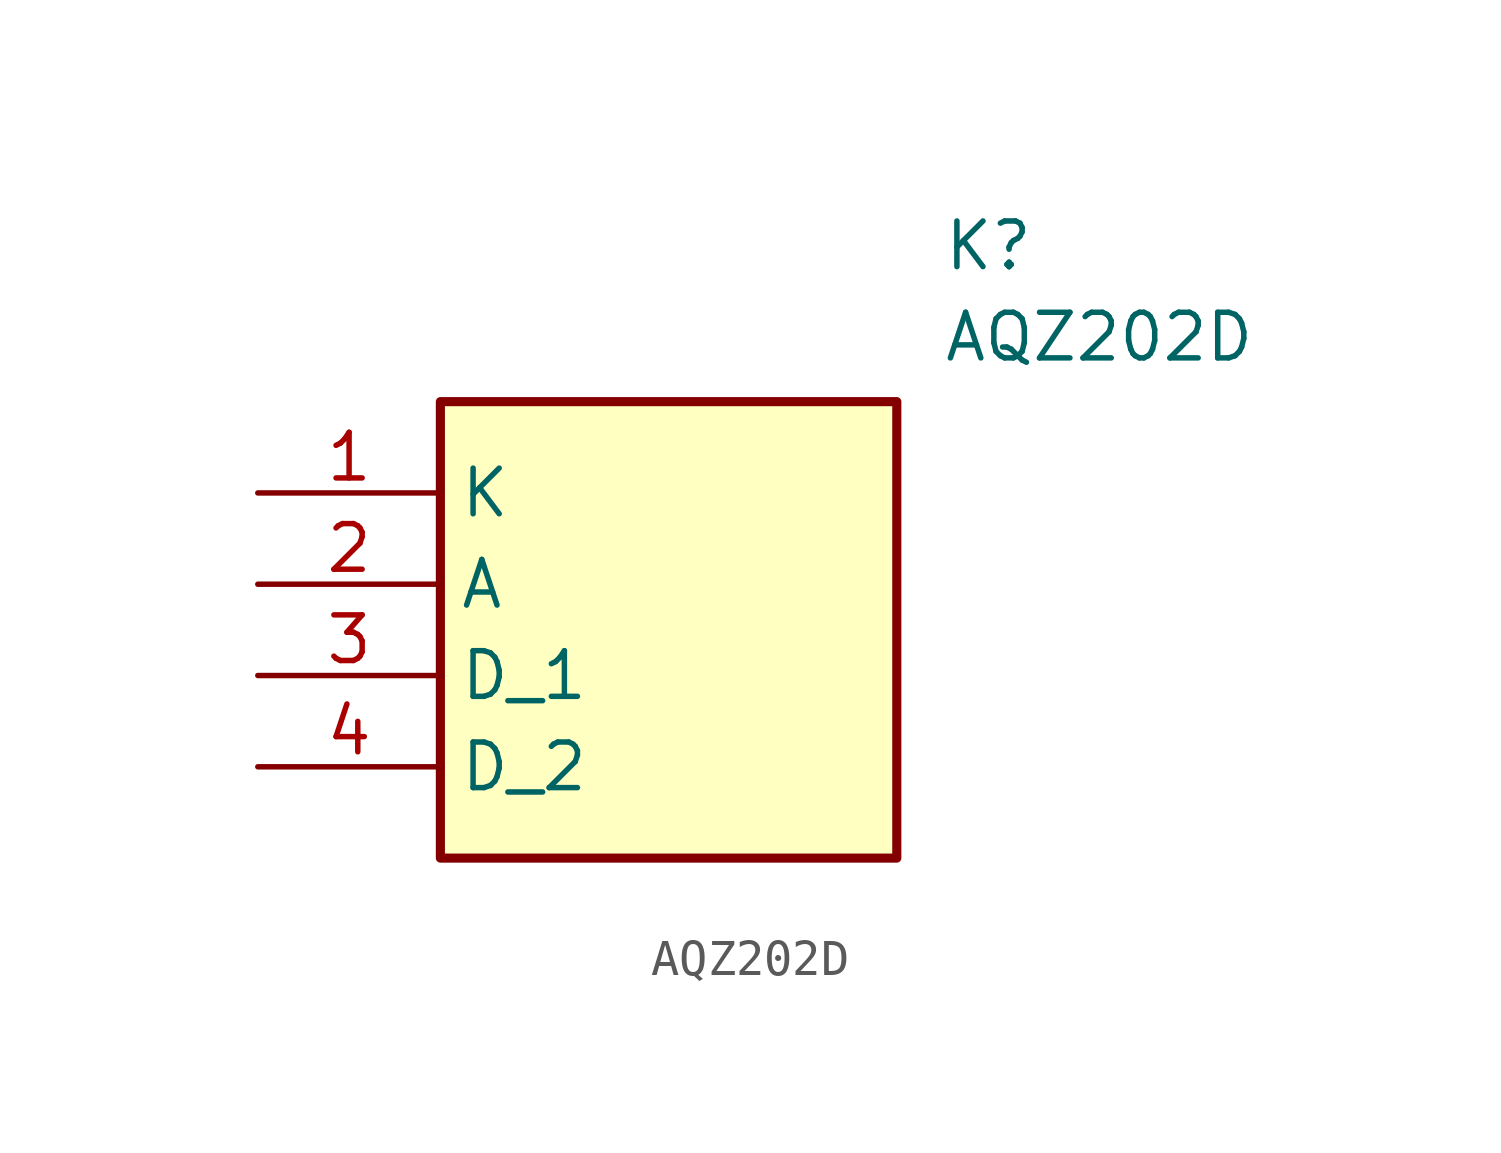
<source format=kicad_sym>
(kicad_symbol_lib
  (version 20220914)
  (generator kicad_symbol_editor)
  (symbol "AQZ202D"
    (property "Reference" "K"
      (at 19.05 7.62 0)
      (effects (font (size 1.27 1.27)) (justify left top)))
    (property "Value" "AQZ202D"
      (at 19.05 5.08 0)
      (effects (font (size 1.27 1.27)) (justify left top)))
    (symbol "AQZ202D_1_1"
      (rectangle (start 5.08 2.54) (end 17.78 -10.16) (stroke (width 0.254) (type default)) (fill (type background)))
      (pin passive line (at 0 0 0) (length 5.08) (name "K" (effects (font (size 1.27 1.27)))) (number "1" (effects (font (size 1.27 1.27)))))
      (pin passive line (at 0 -2.54 0) (length 5.08) (name "A" (effects (font (size 1.27 1.27)))) (number "2" (effects (font (size 1.27 1.27)))))
      (pin passive line (at 0 -5.08 0) (length 5.08) (name "D_1" (effects (font (size 1.27 1.27)))) (number "3" (effects (font (size 1.27 1.27)))))
      (pin passive line (at 0 -7.62 0) (length 5.08) (name "D_2" (effects (font (size 1.27 1.27)))) (number "4" (effects (font (size 1.27 1.27))))))))
</source>
